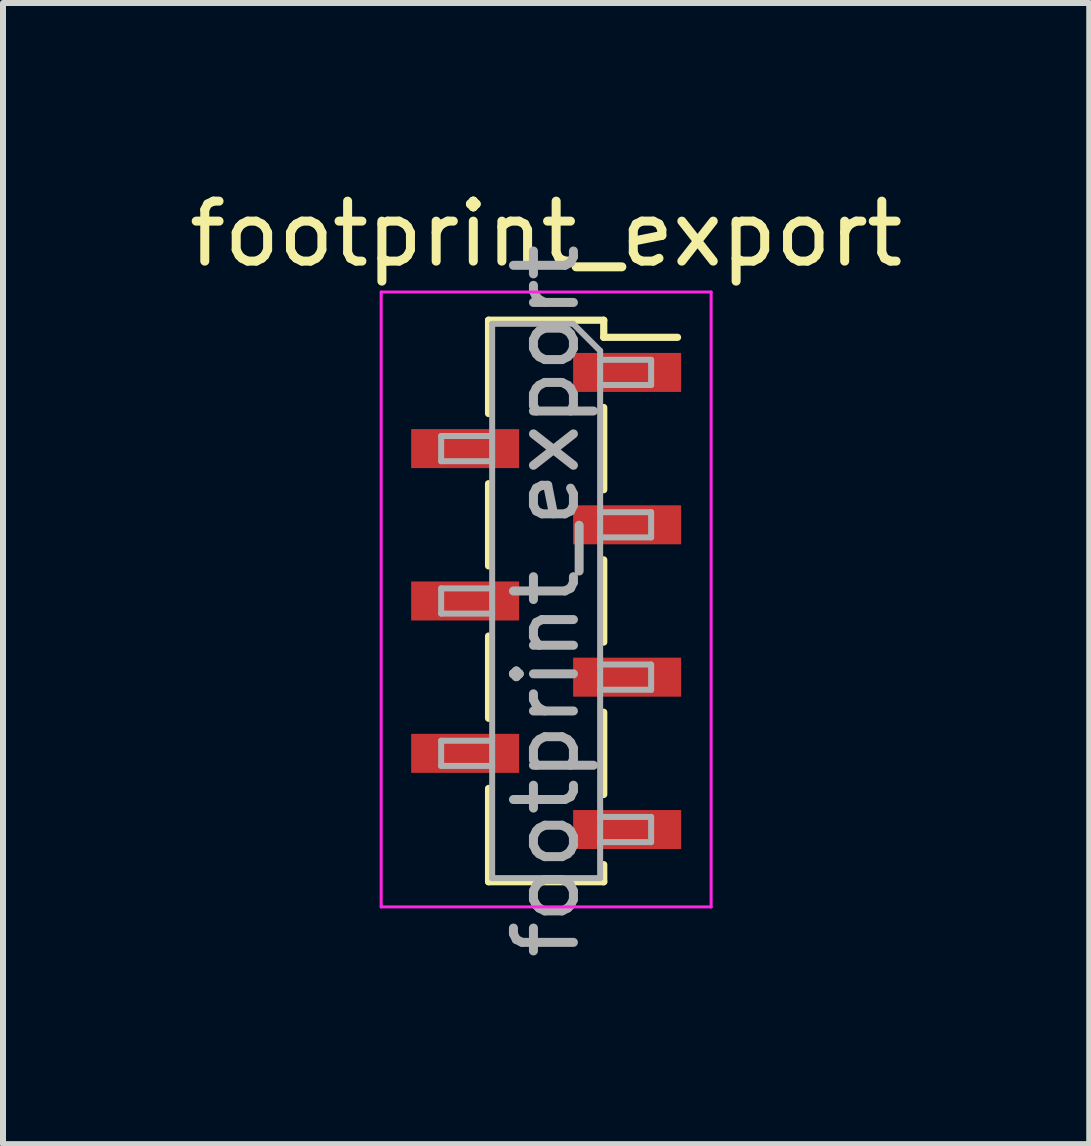
<source format=kicad_pcb>
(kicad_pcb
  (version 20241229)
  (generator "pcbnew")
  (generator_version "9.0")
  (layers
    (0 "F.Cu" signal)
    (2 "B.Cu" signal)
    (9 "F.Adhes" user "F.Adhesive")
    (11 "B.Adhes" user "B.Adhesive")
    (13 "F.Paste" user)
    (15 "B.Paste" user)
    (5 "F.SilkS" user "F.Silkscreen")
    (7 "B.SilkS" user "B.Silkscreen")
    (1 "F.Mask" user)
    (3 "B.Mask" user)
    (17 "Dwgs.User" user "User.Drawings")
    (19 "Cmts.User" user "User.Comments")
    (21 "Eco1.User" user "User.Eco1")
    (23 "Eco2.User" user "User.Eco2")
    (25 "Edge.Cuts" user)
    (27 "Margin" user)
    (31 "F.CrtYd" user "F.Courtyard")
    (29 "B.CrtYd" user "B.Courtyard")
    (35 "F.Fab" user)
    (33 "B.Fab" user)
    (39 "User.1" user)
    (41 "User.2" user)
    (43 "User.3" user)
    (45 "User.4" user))
  (footprint "footprint_export"
    (layer "F.Cu")
    (at 6.054 6.968)
    (property "Reference" "footprint_export" (at 0 -6.12 0) (layer "F.SilkS") (effects (font (size 1 1) (thickness 0.15))))
    (attr smd)
    (fp_line (start -0.96 -4.68) (end -0.96 -3.125) (stroke (width 0.12) (type solid)) (layer "F.SilkS"))
    (fp_line (start -0.96 -4.68) (end 0.96 -4.68) (stroke (width 0.12) (type solid)) (layer "F.SilkS"))
    (fp_line (start -0.96 -1.955) (end -0.96 -0.585) (stroke (width 0.12) (type solid)) (layer "F.SilkS"))
    (fp_line (start -0.96 0.585) (end -0.96 1.955) (stroke (width 0.12) (type solid)) (layer "F.SilkS"))
    (fp_line (start -0.96 3.125) (end -0.96 4.68) (stroke (width 0.12) (type solid)) (layer "F.SilkS"))
    (fp_line (start -0.96 4.68) (end 0.96 4.68) (stroke (width 0.12) (type solid)) (layer "F.SilkS"))
    (fp_line (start 0.96 -4.68) (end 0.96 -4.395) (stroke (width 0.12) (type solid)) (layer "F.SilkS"))
    (fp_line (start 0.96 -4.395) (end 2.19 -4.395) (stroke (width 0.12) (type solid)) (layer "F.SilkS"))
    (fp_line (start 0.96 -3.225) (end 0.96 -1.855) (stroke (width 0.12) (type solid)) (layer "F.SilkS"))
    (fp_line (start 0.96 -0.685) (end 0.96 0.685) (stroke (width 0.12) (type solid)) (layer "F.SilkS"))
    (fp_line (start 0.96 1.855) (end 0.96 3.225) (stroke (width 0.12) (type solid)) (layer "F.SilkS"))
    (fp_line (start 0.96 4.395) (end 0.96 4.68) (stroke (width 0.12) (type solid)) (layer "F.SilkS"))
    (fp_line (start -2.75 -5.15) (end 2.75 -5.15) (stroke (width 0.05) (type solid)) (layer "F.CrtYd"))
    (fp_line (start -2.75 5.1) (end -2.75 -5.15) (stroke (width 0.05) (type solid)) (layer "F.CrtYd"))
    (fp_line (start 2.75 -5.15) (end 2.75 5.1) (stroke (width 0.05) (type solid)) (layer "F.CrtYd"))
    (fp_line (start 2.75 5.1) (end -2.75 5.1) (stroke (width 0.05) (type solid)) (layer "F.CrtYd"))
    (fp_line (start -1.75 -2.75) (end -0.9 -2.75) (stroke (width 0.1) (type solid)) (layer "F.Fab"))
    (fp_line (start -1.75 -2.33) (end -1.75 -2.75) (stroke (width 0.1) (type solid)) (layer "F.Fab"))
    (fp_line (start -1.75 -0.21) (end -0.9 -0.21) (stroke (width 0.1) (type solid)) (layer "F.Fab"))
    (fp_line (start -1.75 0.21) (end -1.75 -0.21) (stroke (width 0.1) (type solid)) (layer "F.Fab"))
    (fp_line (start -1.75 2.33) (end -0.9 2.33) (stroke (width 0.1) (type solid)) (layer "F.Fab"))
    (fp_line (start -1.75 2.75) (end -1.75 2.33) (stroke (width 0.1) (type solid)) (layer "F.Fab"))
    (fp_line (start -0.9 -4.62) (end 0.45 -4.62) (stroke (width 0.1) (type solid)) (layer "F.Fab"))
    (fp_line (start -0.9 -2.33) (end -1.75 -2.33) (stroke (width 0.1) (type solid)) (layer "F.Fab"))
    (fp_line (start -0.9 0.21) (end -1.75 0.21) (stroke (width 0.1) (type solid)) (layer "F.Fab"))
    (fp_line (start -0.9 2.75) (end -1.75 2.75) (stroke (width 0.1) (type solid)) (layer "F.Fab"))
    (fp_line (start -0.9 4.62) (end -0.9 -4.62) (stroke (width 0.1) (type solid)) (layer "F.Fab"))
    (fp_line (start 0.45 -4.62) (end 0.9 -4.17) (stroke (width 0.1) (type solid)) (layer "F.Fab"))
    (fp_line (start 0.9 -4.17) (end 0.9 4.62) (stroke (width 0.1) (type solid)) (layer "F.Fab"))
    (fp_line (start 0.9 -4.02) (end 1.75 -4.02) (stroke (width 0.1) (type solid)) (layer "F.Fab"))
    (fp_line (start 0.9 -1.48) (end 1.75 -1.48) (stroke (width 0.1) (type solid)) (layer "F.Fab"))
    (fp_line (start 0.9 1.06) (end 1.75 1.06) (stroke (width 0.1) (type solid)) (layer "F.Fab"))
    (fp_line (start 0.9 3.6) (end 1.75 3.6) (stroke (width 0.1) (type solid)) (layer "F.Fab"))
    (fp_line (start 0.9 4.62) (end -0.9 4.62) (stroke (width 0.1) (type solid)) (layer "F.Fab"))
    (fp_line (start 1.75 -4.02) (end 1.75 -3.6) (stroke (width 0.1) (type solid)) (layer "F.Fab"))
    (fp_line (start 1.75 -3.6) (end 0.9 -3.6) (stroke (width 0.1) (type solid)) (layer "F.Fab"))
    (fp_line (start 1.75 -1.48) (end 1.75 -1.06) (stroke (width 0.1) (type solid)) (layer "F.Fab"))
    (fp_line (start 1.75 -1.06) (end 0.9 -1.06) (stroke (width 0.1) (type solid)) (layer "F.Fab"))
    (fp_line (start 1.75 1.06) (end 1.75 1.48) (stroke (width 0.1) (type solid)) (layer "F.Fab"))
    (fp_line (start 1.75 1.48) (end 0.9 1.48) (stroke (width 0.1) (type solid)) (layer "F.Fab"))
    (fp_line (start 1.75 3.6) (end 1.75 4.02) (stroke (width 0.1) (type solid)) (layer "F.Fab"))
    (fp_line (start 1.75 4.02) (end 0.9 4.02) (stroke (width 0.1) (type solid)) (layer "F.Fab"))
    (fp_text user "${REFERENCE}" (at 0 0 90) (layer "F.Fab") (effects (font (size 1 1) (thickness 0.15))))
    (pad "1" smd rect (at 1.35 -3.81) (size 1.8 0.65) (layers "F.Cu" "F.Mask" "F.Paste"))
    (pad "2" smd rect (at -1.35 -2.54) (size 1.8 0.65) (layers "F.Cu" "F.Mask" "F.Paste"))
    (pad "3" smd rect (at 1.35 -1.27) (size 1.8 0.65) (layers "F.Cu" "F.Mask" "F.Paste"))
    (pad "4" smd rect (at -1.35 0) (size 1.8 0.65) (layers "F.Cu" "F.Mask" "F.Paste"))
    (pad "5" smd rect (at 1.35 1.27) (size 1.8 0.65) (layers "F.Cu" "F.Mask" "F.Paste"))
    (pad "6" smd rect (at -1.35 2.54) (size 1.8 0.65) (layers "F.Cu" "F.Mask" "F.Paste"))
    (pad "7" smd rect (at 1.35 3.81) (size 1.8 0.65) (layers "F.Cu" "F.Mask" "F.Paste")))
  (gr_rect
    (start -3 -3)
    (end 15.107 16.022)
    (stroke (width 0.1) (type default))
    (fill no)
    (layer "Edge.Cuts")))
</source>
